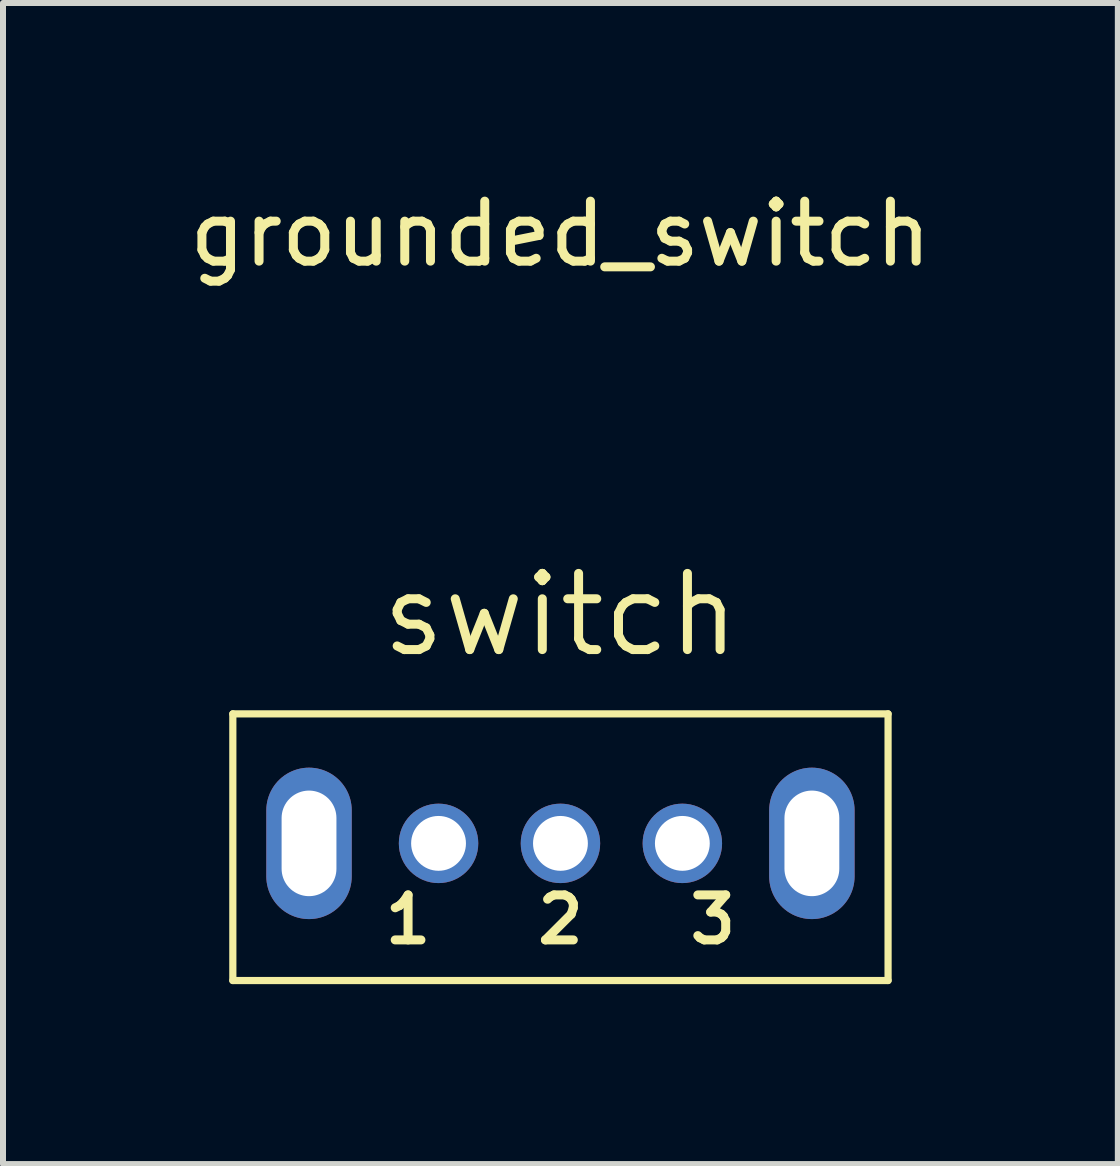
<source format=kicad_pcb>
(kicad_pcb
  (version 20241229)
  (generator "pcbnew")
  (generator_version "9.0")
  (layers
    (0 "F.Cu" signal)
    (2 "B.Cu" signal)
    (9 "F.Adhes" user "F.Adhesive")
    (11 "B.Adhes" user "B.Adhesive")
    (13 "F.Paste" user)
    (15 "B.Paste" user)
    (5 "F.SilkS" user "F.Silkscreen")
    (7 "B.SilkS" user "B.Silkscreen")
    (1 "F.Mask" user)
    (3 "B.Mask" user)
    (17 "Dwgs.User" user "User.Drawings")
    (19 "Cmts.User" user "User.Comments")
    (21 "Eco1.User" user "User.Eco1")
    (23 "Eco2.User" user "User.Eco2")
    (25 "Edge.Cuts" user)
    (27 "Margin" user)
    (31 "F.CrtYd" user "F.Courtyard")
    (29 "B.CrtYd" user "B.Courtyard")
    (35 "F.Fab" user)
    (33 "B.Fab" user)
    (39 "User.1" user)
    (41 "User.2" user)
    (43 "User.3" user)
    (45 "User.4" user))
  (footprint "grounded_switch"
    (layer "F.Cu")
    (at 6.292 5.928)
    (property "Reference" "grounded_switch" (at 0 -5.08 0) (layer "F.SilkS") (effects (font (size 1 1) (thickness 0.15))))
    (attr through_hole)
    (fp_line (start -5.461 2.921) (end -5.461 7.366) (stroke (width 0.12) (type solid)) (layer "F.SilkS"))
    (fp_line (start -5.461 2.921) (end 5.461 2.921) (stroke (width 0.12) (type solid)) (layer "F.SilkS"))
    (fp_line (start -5.461 7.366) (end 5.461 7.366) (stroke (width 0.12) (type solid)) (layer "F.SilkS"))
    (fp_line (start 5.461 2.921) (end 5.461 7.366) (stroke (width 0.12) (type solid)) (layer "F.SilkS"))
    (fp_text user "2" (at 0 6.35 0) (layer "F.SilkS") (effects (font (size 0.75 0.75) (thickness 0.15))))
    (fp_text user "1" (at -2.54 6.35 0) (layer "F.SilkS") (effects (font (size 0.75 0.75) (thickness 0.15))))
    (fp_text user "3" (at 2.54 6.35 0) (layer "F.SilkS") (effects (font (size 0.75 0.75) (thickness 0.15))))
    (fp_text user "switch" (at 0 1.27 0) (layer "F.SilkS") (effects (font (size 1.27 1.27) (thickness 0.15))))
    (pad "1" thru_hole circle (at -2.032 5.08) (size 1.324 1.324) (drill 0.914) (layers "*.Cu" "*.Mask"))
    (pad "2" thru_hole circle (at 0 5.08) (size 1.324 1.324) (drill 0.914) (layers "*.Cu" "*.Mask"))
    (pad "3" thru_hole circle (at 2.032 5.08) (size 1.324 1.324) (drill 0.914) (layers "*.Cu" "*.Mask"))
    (pad "4" thru_hole oval (at -4.191 5.08 90) (size 2.524 1.424) (drill oval 1.76 0.914) (layers "*.Cu" "*.Mask"))
    (pad "5" thru_hole oval (at 4.191 5.08 90) (size 2.524 1.424) (drill oval 1.76 0.914) (layers "*.Cu" "*.Mask")))
  (gr_rect
    (start -3 -3)
    (end 15.583 16.354)
    (stroke (width 0.1) (type default))
    (fill no)
    (layer "Edge.Cuts")))
</source>
